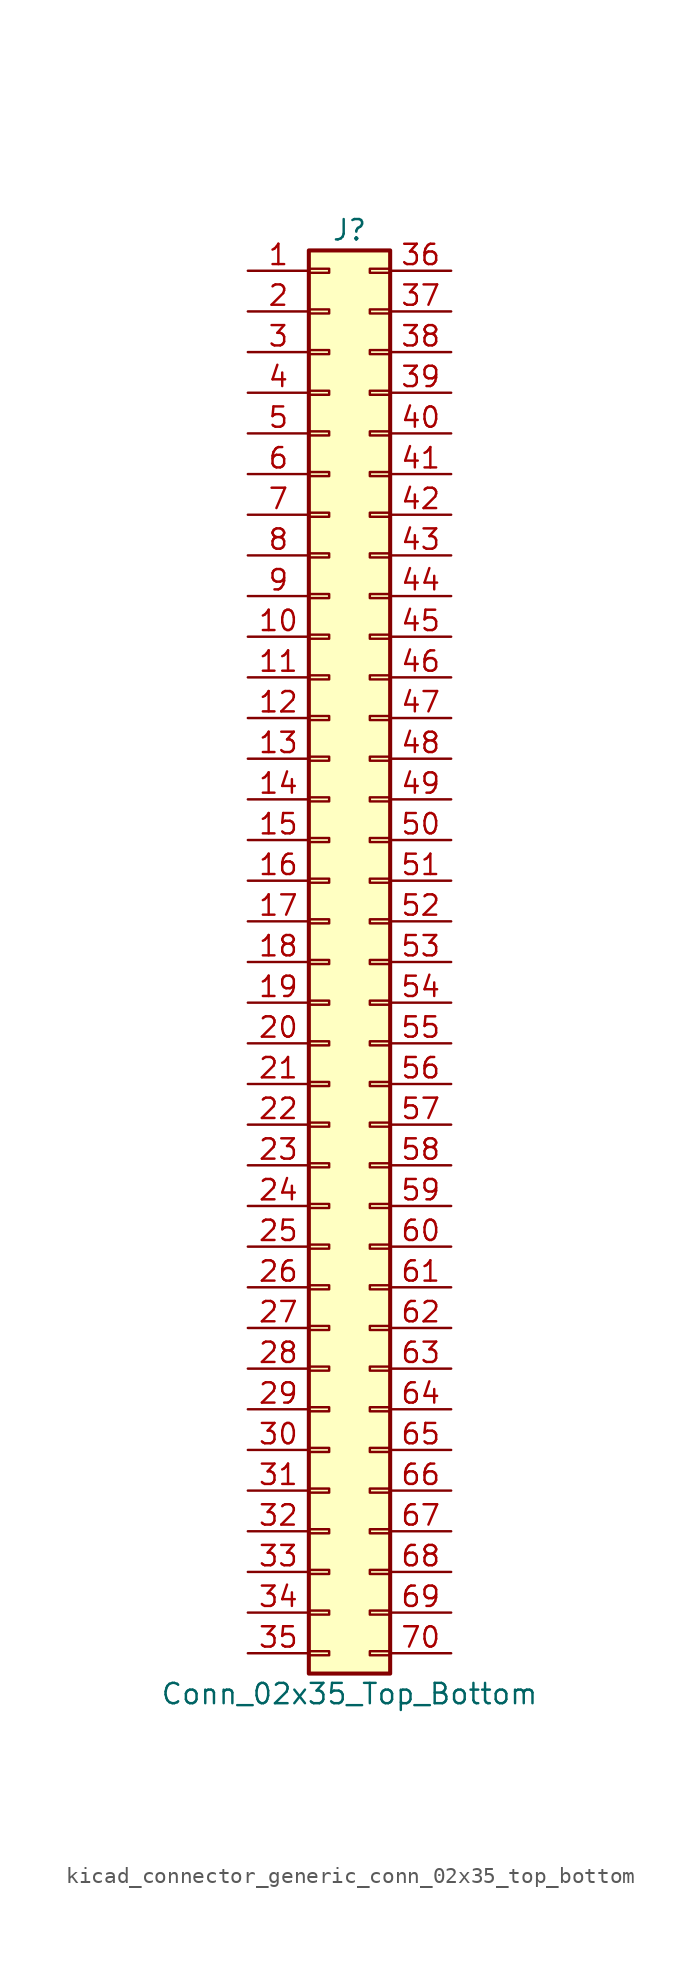
<source format=kicad_sym>
(kicad_symbol_lib
  (version 20220914)
  (generator kicad_symbol_editor)
  (symbol "kicad_connector_generic_conn_02x35_top_bottom"
    (pin_names
      (offset 1.016) hide)
    (property "Reference" "J"
      (at 1.27 45.72 0)
      (effects (font (size 1.27 1.27))))
    (property "Value" "Conn_02x35_Top_Bottom"
      (at 1.27 -45.72 0)
      (effects (font (size 1.27 1.27))))
    (symbol "kicad_connector_generic_conn_02x35_top_bottom_1_1"
      (rectangle (start -1.27 -43.053) (end 0 -43.307) (stroke (width 0.152) (type default)) (fill (type none)))
      (rectangle (start -1.27 -40.513) (end 0 -40.767) (stroke (width 0.152) (type default)) (fill (type none)))
      (rectangle (start -1.27 -37.973) (end 0 -38.227) (stroke (width 0.152) (type default)) (fill (type none)))
      (rectangle (start -1.27 -35.433) (end 0 -35.687) (stroke (width 0.152) (type default)) (fill (type none)))
      (rectangle (start -1.27 -32.893) (end 0 -33.147) (stroke (width 0.152) (type default)) (fill (type none)))
      (rectangle (start -1.27 -30.353) (end 0 -30.607) (stroke (width 0.152) (type default)) (fill (type none)))
      (rectangle (start -1.27 -27.813) (end 0 -28.067) (stroke (width 0.152) (type default)) (fill (type none)))
      (rectangle (start -1.27 -25.273) (end 0 -25.527) (stroke (width 0.152) (type default)) (fill (type none)))
      (rectangle (start -1.27 -22.733) (end 0 -22.987) (stroke (width 0.152) (type default)) (fill (type none)))
      (rectangle (start -1.27 -20.193) (end 0 -20.447) (stroke (width 0.152) (type default)) (fill (type none)))
      (rectangle (start -1.27 -17.653) (end 0 -17.907) (stroke (width 0.152) (type default)) (fill (type none)))
      (rectangle (start -1.27 -15.113) (end 0 -15.367) (stroke (width 0.152) (type default)) (fill (type none)))
      (rectangle (start -1.27 -12.573) (end 0 -12.827) (stroke (width 0.152) (type default)) (fill (type none)))
      (rectangle (start -1.27 -10.033) (end 0 -10.287) (stroke (width 0.152) (type default)) (fill (type none)))
      (rectangle (start -1.27 -7.493) (end 0 -7.747) (stroke (width 0.152) (type default)) (fill (type none)))
      (rectangle (start -1.27 -4.953) (end 0 -5.207) (stroke (width 0.152) (type default)) (fill (type none)))
      (rectangle (start -1.27 -2.413) (end 0 -2.667) (stroke (width 0.152) (type default)) (fill (type none)))
      (rectangle (start -1.27 0.127) (end 0 -0.127) (stroke (width 0.152) (type default)) (fill (type none)))
      (rectangle (start -1.27 2.667) (end 0 2.413) (stroke (width 0.152) (type default)) (fill (type none)))
      (rectangle (start -1.27 5.207) (end 0 4.953) (stroke (width 0.152) (type default)) (fill (type none)))
      (rectangle (start -1.27 7.747) (end 0 7.493) (stroke (width 0.152) (type default)) (fill (type none)))
      (rectangle (start -1.27 10.287) (end 0 10.033) (stroke (width 0.152) (type default)) (fill (type none)))
      (rectangle (start -1.27 12.827) (end 0 12.573) (stroke (width 0.152) (type default)) (fill (type none)))
      (rectangle (start -1.27 15.367) (end 0 15.113) (stroke (width 0.152) (type default)) (fill (type none)))
      (rectangle (start -1.27 17.907) (end 0 17.653) (stroke (width 0.152) (type default)) (fill (type none)))
      (rectangle (start -1.27 20.447) (end 0 20.193) (stroke (width 0.152) (type default)) (fill (type none)))
      (rectangle (start -1.27 22.987) (end 0 22.733) (stroke (width 0.152) (type default)) (fill (type none)))
      (rectangle (start -1.27 25.527) (end 0 25.273) (stroke (width 0.152) (type default)) (fill (type none)))
      (rectangle (start -1.27 28.067) (end 0 27.813) (stroke (width 0.152) (type default)) (fill (type none)))
      (rectangle (start -1.27 30.607) (end 0 30.353) (stroke (width 0.152) (type default)) (fill (type none)))
      (rectangle (start -1.27 33.147) (end 0 32.893) (stroke (width 0.152) (type default)) (fill (type none)))
      (rectangle (start -1.27 35.687) (end 0 35.433) (stroke (width 0.152) (type default)) (fill (type none)))
      (rectangle (start -1.27 38.227) (end 0 37.973) (stroke (width 0.152) (type default)) (fill (type none)))
      (rectangle (start -1.27 40.767) (end 0 40.513) (stroke (width 0.152) (type default)) (fill (type none)))
      (rectangle (start -1.27 43.307) (end 0 43.053) (stroke (width 0.152) (type default)) (fill (type none)))
      (rectangle (start -1.27 44.45) (end 3.81 -44.45) (stroke (width 0.254) (type default)) (fill (type background)))
      (rectangle (start 3.81 -43.053) (end 2.54 -43.307) (stroke (width 0.152) (type default)) (fill (type none)))
      (rectangle (start 3.81 -40.513) (end 2.54 -40.767) (stroke (width 0.152) (type default)) (fill (type none)))
      (rectangle (start 3.81 -37.973) (end 2.54 -38.227) (stroke (width 0.152) (type default)) (fill (type none)))
      (rectangle (start 3.81 -35.433) (end 2.54 -35.687) (stroke (width 0.152) (type default)) (fill (type none)))
      (rectangle (start 3.81 -32.893) (end 2.54 -33.147) (stroke (width 0.152) (type default)) (fill (type none)))
      (rectangle (start 3.81 -30.353) (end 2.54 -30.607) (stroke (width 0.152) (type default)) (fill (type none)))
      (rectangle (start 3.81 -27.813) (end 2.54 -28.067) (stroke (width 0.152) (type default)) (fill (type none)))
      (rectangle (start 3.81 -25.273) (end 2.54 -25.527) (stroke (width 0.152) (type default)) (fill (type none)))
      (rectangle (start 3.81 -22.733) (end 2.54 -22.987) (stroke (width 0.152) (type default)) (fill (type none)))
      (rectangle (start 3.81 -20.193) (end 2.54 -20.447) (stroke (width 0.152) (type default)) (fill (type none)))
      (rectangle (start 3.81 -17.653) (end 2.54 -17.907) (stroke (width 0.152) (type default)) (fill (type none)))
      (rectangle (start 3.81 -15.113) (end 2.54 -15.367) (stroke (width 0.152) (type default)) (fill (type none)))
      (rectangle (start 3.81 -12.573) (end 2.54 -12.827) (stroke (width 0.152) (type default)) (fill (type none)))
      (rectangle (start 3.81 -10.033) (end 2.54 -10.287) (stroke (width 0.152) (type default)) (fill (type none)))
      (rectangle (start 3.81 -7.493) (end 2.54 -7.747) (stroke (width 0.152) (type default)) (fill (type none)))
      (rectangle (start 3.81 -4.953) (end 2.54 -5.207) (stroke (width 0.152) (type default)) (fill (type none)))
      (rectangle (start 3.81 -2.413) (end 2.54 -2.667) (stroke (width 0.152) (type default)) (fill (type none)))
      (rectangle (start 3.81 0.127) (end 2.54 -0.127) (stroke (width 0.152) (type default)) (fill (type none)))
      (rectangle (start 3.81 2.667) (end 2.54 2.413) (stroke (width 0.152) (type default)) (fill (type none)))
      (rectangle (start 3.81 5.207) (end 2.54 4.953) (stroke (width 0.152) (type default)) (fill (type none)))
      (rectangle (start 3.81 7.747) (end 2.54 7.493) (stroke (width 0.152) (type default)) (fill (type none)))
      (rectangle (start 3.81 10.287) (end 2.54 10.033) (stroke (width 0.152) (type default)) (fill (type none)))
      (rectangle (start 3.81 12.827) (end 2.54 12.573) (stroke (width 0.152) (type default)) (fill (type none)))
      (rectangle (start 3.81 15.367) (end 2.54 15.113) (stroke (width 0.152) (type default)) (fill (type none)))
      (rectangle (start 3.81 17.907) (end 2.54 17.653) (stroke (width 0.152) (type default)) (fill (type none)))
      (rectangle (start 3.81 20.447) (end 2.54 20.193) (stroke (width 0.152) (type default)) (fill (type none)))
      (rectangle (start 3.81 22.987) (end 2.54 22.733) (stroke (width 0.152) (type default)) (fill (type none)))
      (rectangle (start 3.81 25.527) (end 2.54 25.273) (stroke (width 0.152) (type default)) (fill (type none)))
      (rectangle (start 3.81 28.067) (end 2.54 27.813) (stroke (width 0.152) (type default)) (fill (type none)))
      (rectangle (start 3.81 30.607) (end 2.54 30.353) (stroke (width 0.152) (type default)) (fill (type none)))
      (rectangle (start 3.81 33.147) (end 2.54 32.893) (stroke (width 0.152) (type default)) (fill (type none)))
      (rectangle (start 3.81 35.687) (end 2.54 35.433) (stroke (width 0.152) (type default)) (fill (type none)))
      (rectangle (start 3.81 38.227) (end 2.54 37.973) (stroke (width 0.152) (type default)) (fill (type none)))
      (rectangle (start 3.81 40.767) (end 2.54 40.513) (stroke (width 0.152) (type default)) (fill (type none)))
      (rectangle (start 3.81 43.307) (end 2.54 43.053) (stroke (width 0.152) (type default)) (fill (type none)))
      (pin passive line (at -5.08 43.18 0) (length 3.81) (name "Pin_1" (effects (font (size 1.27 1.27)))) (number "1" (effects (font (size 1.27 1.27)))))
      (pin passive line (at -5.08 20.32 0) (length 3.81) (name "Pin_10" (effects (font (size 1.27 1.27)))) (number "10" (effects (font (size 1.27 1.27)))))
      (pin passive line (at -5.08 17.78 0) (length 3.81) (name "Pin_11" (effects (font (size 1.27 1.27)))) (number "11" (effects (font (size 1.27 1.27)))))
      (pin passive line (at -5.08 15.24 0) (length 3.81) (name "Pin_12" (effects (font (size 1.27 1.27)))) (number "12" (effects (font (size 1.27 1.27)))))
      (pin passive line (at -5.08 12.7 0) (length 3.81) (name "Pin_13" (effects (font (size 1.27 1.27)))) (number "13" (effects (font (size 1.27 1.27)))))
      (pin passive line (at -5.08 10.16 0) (length 3.81) (name "Pin_14" (effects (font (size 1.27 1.27)))) (number "14" (effects (font (size 1.27 1.27)))))
      (pin passive line (at -5.08 7.62 0) (length 3.81) (name "Pin_15" (effects (font (size 1.27 1.27)))) (number "15" (effects (font (size 1.27 1.27)))))
      (pin passive line (at -5.08 5.08 0) (length 3.81) (name "Pin_16" (effects (font (size 1.27 1.27)))) (number "16" (effects (font (size 1.27 1.27)))))
      (pin passive line (at -5.08 2.54 0) (length 3.81) (name "Pin_17" (effects (font (size 1.27 1.27)))) (number "17" (effects (font (size 1.27 1.27)))))
      (pin passive line (at -5.08 0 0) (length 3.81) (name "Pin_18" (effects (font (size 1.27 1.27)))) (number "18" (effects (font (size 1.27 1.27)))))
      (pin passive line (at -5.08 -2.54 0) (length 3.81) (name "Pin_19" (effects (font (size 1.27 1.27)))) (number "19" (effects (font (size 1.27 1.27)))))
      (pin passive line (at -5.08 40.64 0) (length 3.81) (name "Pin_2" (effects (font (size 1.27 1.27)))) (number "2" (effects (font (size 1.27 1.27)))))
      (pin passive line (at -5.08 -5.08 0) (length 3.81) (name "Pin_20" (effects (font (size 1.27 1.27)))) (number "20" (effects (font (size 1.27 1.27)))))
      (pin passive line (at -5.08 -7.62 0) (length 3.81) (name "Pin_21" (effects (font (size 1.27 1.27)))) (number "21" (effects (font (size 1.27 1.27)))))
      (pin passive line (at -5.08 -10.16 0) (length 3.81) (name "Pin_22" (effects (font (size 1.27 1.27)))) (number "22" (effects (font (size 1.27 1.27)))))
      (pin passive line (at -5.08 -12.7 0) (length 3.81) (name "Pin_23" (effects (font (size 1.27 1.27)))) (number "23" (effects (font (size 1.27 1.27)))))
      (pin passive line (at -5.08 -15.24 0) (length 3.81) (name "Pin_24" (effects (font (size 1.27 1.27)))) (number "24" (effects (font (size 1.27 1.27)))))
      (pin passive line (at -5.08 -17.78 0) (length 3.81) (name "Pin_25" (effects (font (size 1.27 1.27)))) (number "25" (effects (font (size 1.27 1.27)))))
      (pin passive line (at -5.08 -20.32 0) (length 3.81) (name "Pin_26" (effects (font (size 1.27 1.27)))) (number "26" (effects (font (size 1.27 1.27)))))
      (pin passive line (at -5.08 -22.86 0) (length 3.81) (name "Pin_27" (effects (font (size 1.27 1.27)))) (number "27" (effects (font (size 1.27 1.27)))))
      (pin passive line (at -5.08 -25.4 0) (length 3.81) (name "Pin_28" (effects (font (size 1.27 1.27)))) (number "28" (effects (font (size 1.27 1.27)))))
      (pin passive line (at -5.08 -27.94 0) (length 3.81) (name "Pin_29" (effects (font (size 1.27 1.27)))) (number "29" (effects (font (size 1.27 1.27)))))
      (pin passive line (at -5.08 38.1 0) (length 3.81) (name "Pin_3" (effects (font (size 1.27 1.27)))) (number "3" (effects (font (size 1.27 1.27)))))
      (pin passive line (at -5.08 -30.48 0) (length 3.81) (name "Pin_30" (effects (font (size 1.27 1.27)))) (number "30" (effects (font (size 1.27 1.27)))))
      (pin passive line (at -5.08 -33.02 0) (length 3.81) (name "Pin_31" (effects (font (size 1.27 1.27)))) (number "31" (effects (font (size 1.27 1.27)))))
      (pin passive line (at -5.08 -35.56 0) (length 3.81) (name "Pin_32" (effects (font (size 1.27 1.27)))) (number "32" (effects (font (size 1.27 1.27)))))
      (pin passive line (at -5.08 -38.1 0) (length 3.81) (name "Pin_33" (effects (font (size 1.27 1.27)))) (number "33" (effects (font (size 1.27 1.27)))))
      (pin passive line (at -5.08 -40.64 0) (length 3.81) (name "Pin_34" (effects (font (size 1.27 1.27)))) (number "34" (effects (font (size 1.27 1.27)))))
      (pin passive line (at -5.08 -43.18 0) (length 3.81) (name "Pin_35" (effects (font (size 1.27 1.27)))) (number "35" (effects (font (size 1.27 1.27)))))
      (pin passive line (at 7.62 43.18 180) (length 3.81) (name "Pin_36" (effects (font (size 1.27 1.27)))) (number "36" (effects (font (size 1.27 1.27)))))
      (pin passive line (at 7.62 40.64 180) (length 3.81) (name "Pin_37" (effects (font (size 1.27 1.27)))) (number "37" (effects (font (size 1.27 1.27)))))
      (pin passive line (at 7.62 38.1 180) (length 3.81) (name "Pin_38" (effects (font (size 1.27 1.27)))) (number "38" (effects (font (size 1.27 1.27)))))
      (pin passive line (at 7.62 35.56 180) (length 3.81) (name "Pin_39" (effects (font (size 1.27 1.27)))) (number "39" (effects (font (size 1.27 1.27)))))
      (pin passive line (at -5.08 35.56 0) (length 3.81) (name "Pin_4" (effects (font (size 1.27 1.27)))) (number "4" (effects (font (size 1.27 1.27)))))
      (pin passive line (at 7.62 33.02 180) (length 3.81) (name "Pin_40" (effects (font (size 1.27 1.27)))) (number "40" (effects (font (size 1.27 1.27)))))
      (pin passive line (at 7.62 30.48 180) (length 3.81) (name "Pin_41" (effects (font (size 1.27 1.27)))) (number "41" (effects (font (size 1.27 1.27)))))
      (pin passive line (at 7.62 27.94 180) (length 3.81) (name "Pin_42" (effects (font (size 1.27 1.27)))) (number "42" (effects (font (size 1.27 1.27)))))
      (pin passive line (at 7.62 25.4 180) (length 3.81) (name "Pin_43" (effects (font (size 1.27 1.27)))) (number "43" (effects (font (size 1.27 1.27)))))
      (pin passive line (at 7.62 22.86 180) (length 3.81) (name "Pin_44" (effects (font (size 1.27 1.27)))) (number "44" (effects (font (size 1.27 1.27)))))
      (pin passive line (at 7.62 20.32 180) (length 3.81) (name "Pin_45" (effects (font (size 1.27 1.27)))) (number "45" (effects (font (size 1.27 1.27)))))
      (pin passive line (at 7.62 17.78 180) (length 3.81) (name "Pin_46" (effects (font (size 1.27 1.27)))) (number "46" (effects (font (size 1.27 1.27)))))
      (pin passive line (at 7.62 15.24 180) (length 3.81) (name "Pin_47" (effects (font (size 1.27 1.27)))) (number "47" (effects (font (size 1.27 1.27)))))
      (pin passive line (at 7.62 12.7 180) (length 3.81) (name "Pin_48" (effects (font (size 1.27 1.27)))) (number "48" (effects (font (size 1.27 1.27)))))
      (pin passive line (at 7.62 10.16 180) (length 3.81) (name "Pin_49" (effects (font (size 1.27 1.27)))) (number "49" (effects (font (size 1.27 1.27)))))
      (pin passive line (at -5.08 33.02 0) (length 3.81) (name "Pin_5" (effects (font (size 1.27 1.27)))) (number "5" (effects (font (size 1.27 1.27)))))
      (pin passive line (at 7.62 7.62 180) (length 3.81) (name "Pin_50" (effects (font (size 1.27 1.27)))) (number "50" (effects (font (size 1.27 1.27)))))
      (pin passive line (at 7.62 5.08 180) (length 3.81) (name "Pin_51" (effects (font (size 1.27 1.27)))) (number "51" (effects (font (size 1.27 1.27)))))
      (pin passive line (at 7.62 2.54 180) (length 3.81) (name "Pin_52" (effects (font (size 1.27 1.27)))) (number "52" (effects (font (size 1.27 1.27)))))
      (pin passive line (at 7.62 0 180) (length 3.81) (name "Pin_53" (effects (font (size 1.27 1.27)))) (number "53" (effects (font (size 1.27 1.27)))))
      (pin passive line (at 7.62 -2.54 180) (length 3.81) (name "Pin_54" (effects (font (size 1.27 1.27)))) (number "54" (effects (font (size 1.27 1.27)))))
      (pin passive line (at 7.62 -5.08 180) (length 3.81) (name "Pin_55" (effects (font (size 1.27 1.27)))) (number "55" (effects (font (size 1.27 1.27)))))
      (pin passive line (at 7.62 -7.62 180) (length 3.81) (name "Pin_56" (effects (font (size 1.27 1.27)))) (number "56" (effects (font (size 1.27 1.27)))))
      (pin passive line (at 7.62 -10.16 180) (length 3.81) (name "Pin_57" (effects (font (size 1.27 1.27)))) (number "57" (effects (font (size 1.27 1.27)))))
      (pin passive line (at 7.62 -12.7 180) (length 3.81) (name "Pin_58" (effects (font (size 1.27 1.27)))) (number "58" (effects (font (size 1.27 1.27)))))
      (pin passive line (at 7.62 -15.24 180) (length 3.81) (name "Pin_59" (effects (font (size 1.27 1.27)))) (number "59" (effects (font (size 1.27 1.27)))))
      (pin passive line (at -5.08 30.48 0) (length 3.81) (name "Pin_6" (effects (font (size 1.27 1.27)))) (number "6" (effects (font (size 1.27 1.27)))))
      (pin passive line (at 7.62 -17.78 180) (length 3.81) (name "Pin_60" (effects (font (size 1.27 1.27)))) (number "60" (effects (font (size 1.27 1.27)))))
      (pin passive line (at 7.62 -20.32 180) (length 3.81) (name "Pin_61" (effects (font (size 1.27 1.27)))) (number "61" (effects (font (size 1.27 1.27)))))
      (pin passive line (at 7.62 -22.86 180) (length 3.81) (name "Pin_62" (effects (font (size 1.27 1.27)))) (number "62" (effects (font (size 1.27 1.27)))))
      (pin passive line (at 7.62 -25.4 180) (length 3.81) (name "Pin_63" (effects (font (size 1.27 1.27)))) (number "63" (effects (font (size 1.27 1.27)))))
      (pin passive line (at 7.62 -27.94 180) (length 3.81) (name "Pin_64" (effects (font (size 1.27 1.27)))) (number "64" (effects (font (size 1.27 1.27)))))
      (pin passive line (at 7.62 -30.48 180) (length 3.81) (name "Pin_65" (effects (font (size 1.27 1.27)))) (number "65" (effects (font (size 1.27 1.27)))))
      (pin passive line (at 7.62 -33.02 180) (length 3.81) (name "Pin_66" (effects (font (size 1.27 1.27)))) (number "66" (effects (font (size 1.27 1.27)))))
      (pin passive line (at 7.62 -35.56 180) (length 3.81) (name "Pin_67" (effects (font (size 1.27 1.27)))) (number "67" (effects (font (size 1.27 1.27)))))
      (pin passive line (at 7.62 -38.1 180) (length 3.81) (name "Pin_68" (effects (font (size 1.27 1.27)))) (number "68" (effects (font (size 1.27 1.27)))))
      (pin passive line (at 7.62 -40.64 180) (length 3.81) (name "Pin_69" (effects (font (size 1.27 1.27)))) (number "69" (effects (font (size 1.27 1.27)))))
      (pin passive line (at -5.08 27.94 0) (length 3.81) (name "Pin_7" (effects (font (size 1.27 1.27)))) (number "7" (effects (font (size 1.27 1.27)))))
      (pin passive line (at 7.62 -43.18 180) (length 3.81) (name "Pin_70" (effects (font (size 1.27 1.27)))) (number "70" (effects (font (size 1.27 1.27)))))
      (pin passive line (at -5.08 25.4 0) (length 3.81) (name "Pin_8" (effects (font (size 1.27 1.27)))) (number "8" (effects (font (size 1.27 1.27)))))
      (pin passive line (at -5.08 22.86 0) (length 3.81) (name "Pin_9" (effects (font (size 1.27 1.27)))) (number "9" (effects (font (size 1.27 1.27))))))))
</source>
